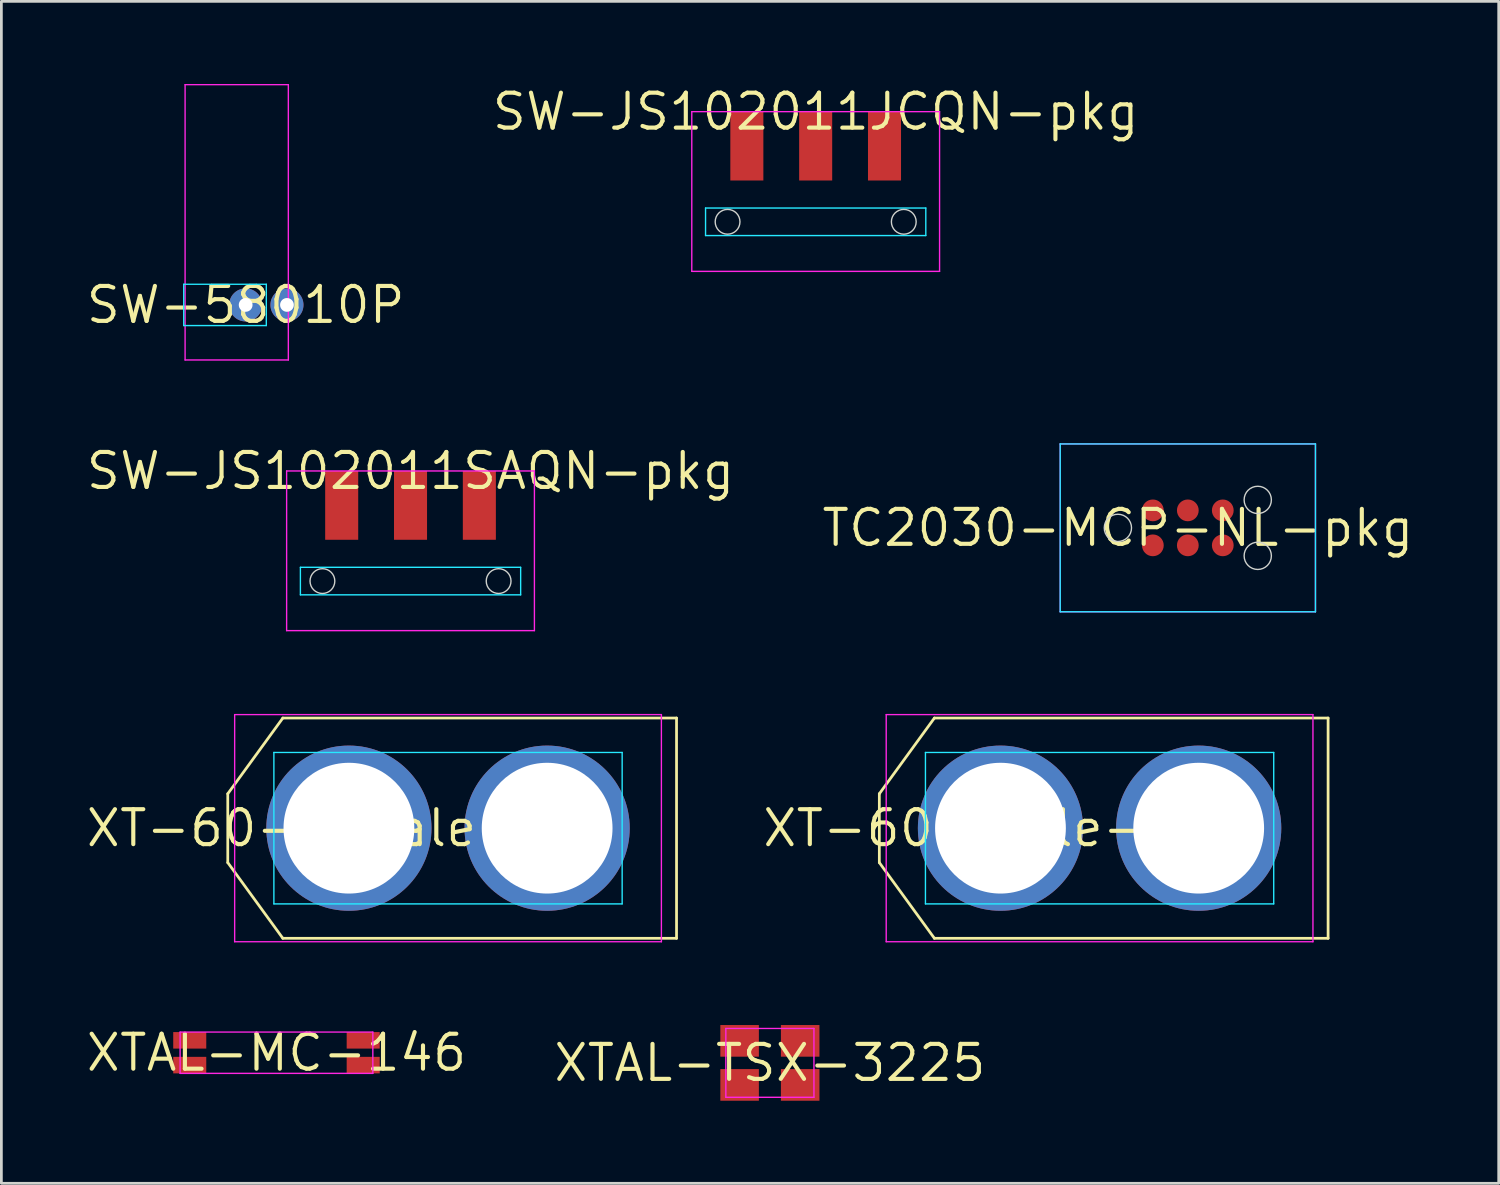
<source format=kicad_pcb>
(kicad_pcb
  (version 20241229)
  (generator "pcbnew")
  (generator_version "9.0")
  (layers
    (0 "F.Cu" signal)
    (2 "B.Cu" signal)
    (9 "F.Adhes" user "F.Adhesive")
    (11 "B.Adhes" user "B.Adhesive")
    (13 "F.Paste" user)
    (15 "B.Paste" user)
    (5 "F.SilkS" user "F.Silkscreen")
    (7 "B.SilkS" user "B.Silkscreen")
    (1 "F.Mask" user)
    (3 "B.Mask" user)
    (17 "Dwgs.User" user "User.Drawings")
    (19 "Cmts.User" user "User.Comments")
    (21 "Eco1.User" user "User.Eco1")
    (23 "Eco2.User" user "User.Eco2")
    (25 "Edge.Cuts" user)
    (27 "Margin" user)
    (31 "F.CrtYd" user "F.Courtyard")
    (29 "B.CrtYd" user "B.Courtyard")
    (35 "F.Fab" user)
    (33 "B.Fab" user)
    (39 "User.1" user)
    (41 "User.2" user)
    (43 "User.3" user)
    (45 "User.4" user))
  (footprint "TC2030-MCP-NL-pkg"
    (layer "F.Cu")
    (at 37.554 16.123)
    (property "Reference" "TC2030-MCP-NL-pkg" (at 0 0 0) (layer "F.SilkS") (effects (font (size 1.27 1.27) (thickness 0.15))))
    (attr through_hole)
    (fp_circle (center 0 0) (end 0.495 0) (stroke (width 0.05) (type solid)) (fill no) (layer "Edge.Cuts"))
    (fp_circle (center 5.08 -1.016) (end 5.575 -1.016) (stroke (width 0.05) (type solid)) (fill no) (layer "Edge.Cuts"))
    (fp_circle (center 5.08 1.016) (end 5.575 1.016) (stroke (width 0.05) (type solid)) (fill no) (layer "Edge.Cuts"))
    (fp_line (start -2.095 -3.048) (end -2.095 3.048) (stroke (width 0.05) (type solid)) (layer "B.CrtYd"))
    (fp_line (start -2.095 3.048) (end 7.176 3.048) (stroke (width 0.05) (type solid)) (layer "B.CrtYd"))
    (fp_line (start 7.176 -3.048) (end -2.095 -3.048) (stroke (width 0.05) (type solid)) (layer "B.CrtYd"))
    (fp_line (start 7.176 3.048) (end 7.176 -3.048) (stroke (width 0.05) (type solid)) (layer "B.CrtYd"))
    (fp_line (start -2.095 -3.048) (end -2.095 3.048) (stroke (width 0.05) (type solid)) (layer "F.CrtYd"))
    (fp_line (start -2.095 3.048) (end 7.176 3.048) (stroke (width 0.05) (type solid)) (layer "F.CrtYd"))
    (fp_line (start 7.176 -3.048) (end -2.095 -3.048) (stroke (width 0.05) (type solid)) (layer "F.CrtYd"))
    (fp_line (start 7.176 3.048) (end 7.176 -3.048) (stroke (width 0.05) (type solid)) (layer "F.CrtYd"))
    (pad "0" smd circle (at 1.27 0.635 90) (size 0.79 0.79) (layers "F.Cu" "F.Mask"))
    (pad "1" smd circle (at 1.27 -0.635 90) (size 0.79 0.79) (layers "F.Cu" "F.Mask"))
    (pad "2" smd circle (at 2.54 0.635 90) (size 0.79 0.79) (layers "F.Cu" "F.Mask"))
    (pad "3" smd circle (at 2.54 -0.635 90) (size 0.79 0.79) (layers "F.Cu" "F.Mask"))
    (pad "4" smd circle (at 3.81 0.635 90) (size 0.79 0.79) (layers "F.Cu" "F.Mask"))
    (pad "5" smd circle (at 3.81 -0.635 90) (size 0.79 0.79) (layers "F.Cu" "F.Mask")))
  (footprint "SW-58010P"
    (layer "F.Cu")
    (at 5.873 8.025)
    (property "Reference" "SW-58010P" (at 0 0 0) (layer "F.SilkS") (effects (font (size 1.27 1.27) (thickness 0.15))))
    (attr through_hole)
    (fp_line (start -2.25 -0.75) (end -2.25 0.75) (stroke (width 0.05) (type solid)) (layer "B.CrtYd"))
    (fp_line (start -2.25 0.75) (end 0.75 0.75) (stroke (width 0.05) (type solid)) (layer "B.CrtYd"))
    (fp_line (start 0.75 -0.75) (end -2.25 -0.75) (stroke (width 0.05) (type solid)) (layer "B.CrtYd"))
    (fp_line (start 0.75 0.75) (end 0.75 -0.75) (stroke (width 0.05) (type solid)) (layer "B.CrtYd"))
    (fp_line (start -2.2 -8) (end -2.2 2) (stroke (width 0.05) (type solid)) (layer "F.CrtYd"))
    (fp_line (start -2.2 2) (end 1.55 2) (stroke (width 0.05) (type solid)) (layer "F.CrtYd"))
    (fp_line (start 1.55 -8) (end -2.2 -8) (stroke (width 0.05) (type solid)) (layer "F.CrtYd"))
    (fp_line (start 1.55 2) (end 1.55 -8) (stroke (width 0.05) (type solid)) (layer "F.CrtYd"))
    (pad "0" thru_hole circle (at 0 0) (size 1.2 1.2) (drill 0.5) (layers "*.Cu" "F.Mask"))
    (pad "1" thru_hole circle (at 1.5 0) (size 1.2 1.2) (drill 0.5) (layers "*.Cu" "F.Mask")))
  (footprint "XT-60-male-pkg"
    (layer "F.Cu")
    (at 33.289 27.031)
    (property "Reference" "XT-60-male-pkg" (at 0 0 0) (layer "F.SilkS") (effects (font (size 1.27 1.27) (thickness 0.15))))
    (attr through_hole)
    (fp_line (start -4.4 -1.25) (end -4.4 1.25) (stroke (width 0.1) (type solid)) (layer "F.SilkS"))
    (fp_line (start -4.4 1.25) (end -2.4 4) (stroke (width 0.1) (type solid)) (layer "F.SilkS"))
    (fp_line (start -2.4 -4) (end -4.4 -1.25) (stroke (width 0.1) (type solid)) (layer "F.SilkS"))
    (fp_line (start -2.4 4) (end 11.9 4) (stroke (width 0.1) (type solid)) (layer "F.SilkS"))
    (fp_line (start 11.9 -4) (end -2.4 -4) (stroke (width 0.1) (type solid)) (layer "F.SilkS"))
    (fp_line (start 11.9 4) (end 11.9 -4) (stroke (width 0.1) (type solid)) (layer "F.SilkS"))
    (fp_line (start -2.725 -2.75) (end -2.725 2.75) (stroke (width 0.05) (type solid)) (layer "B.CrtYd"))
    (fp_line (start -2.725 2.75) (end 9.925 2.75) (stroke (width 0.05) (type solid)) (layer "B.CrtYd"))
    (fp_line (start 9.925 -2.75) (end -2.725 -2.75) (stroke (width 0.05) (type solid)) (layer "B.CrtYd"))
    (fp_line (start 9.925 2.75) (end 9.925 -2.75) (stroke (width 0.05) (type solid)) (layer "B.CrtYd"))
    (fp_line (start -4.15 -4.125) (end -4.15 4.125) (stroke (width 0.05) (type solid)) (layer "F.CrtYd"))
    (fp_line (start -4.15 4.125) (end 11.35 4.125) (stroke (width 0.05) (type solid)) (layer "F.CrtYd"))
    (fp_line (start 11.35 -4.125) (end -4.15 -4.125) (stroke (width 0.05) (type solid)) (layer "F.CrtYd"))
    (fp_line (start 11.35 4.125) (end 11.35 -4.125) (stroke (width 0.05) (type solid)) (layer "F.CrtYd"))
    (pad "0" thru_hole circle (at 0 0) (size 6 6) (drill 4.75) (layers "*.Cu" "F.Mask"))
    (pad "1" thru_hole circle (at 7.2 0) (size 6 6) (drill 4.75) (layers "*.Cu" "F.Mask")))
  (footprint "XTAL-MC-146"
    (layer "F.Cu")
    (at 6.992 35.187)
    (property "Reference" "XTAL-MC-146" (at 0 0 0) (layer "F.SilkS") (effects (font (size 1.27 1.27) (thickness 0.15))))
    (attr through_hole)
    (fp_line (start -3.5 -0.75) (end -3.5 0.75) (stroke (width 0.05) (type solid)) (layer "F.CrtYd"))
    (fp_line (start -3.5 0.75) (end 3.5 0.75) (stroke (width 0.05) (type solid)) (layer "F.CrtYd"))
    (fp_line (start 3.5 -0.75) (end -3.5 -0.75) (stroke (width 0.05) (type solid)) (layer "F.CrtYd"))
    (fp_line (start 3.5 0.75) (end 3.5 -0.75) (stroke (width 0.05) (type solid)) (layer "F.CrtYd"))
    (pad "0" smd rect (at -3.15 -0.45) (size 1.2 0.6) (layers "F.Cu" "F.Mask" "F.Paste"))
    (pad "1" smd rect (at 3.15 -0.45) (size 1.2 0.6) (layers "F.Cu" "F.Mask" "F.Paste"))
    (pad "2" smd rect (at -3.15 0.45) (size 1.2 0.6) (layers "F.Cu" "F.Mask" "F.Paste"))
    (pad "3" smd rect (at 3.15 0.45) (size 1.2 0.6) (layers "F.Cu" "F.Mask" "F.Paste")))
  (footprint "SW-JS102011JCQN-pkg"
    (layer "F.Cu")
    (at 26.577 1.006)
    (property "Reference" "SW-JS102011JCQN-pkg" (at 0 0 0) (layer "F.SilkS") (effects (font (size 1.27 1.27) (thickness 0.15))))
    (attr through_hole)
    (fp_circle (center -3.2 4) (end -2.75 4) (stroke (width 0.05) (type solid)) (fill no) (layer "Edge.Cuts"))
    (fp_circle (center 3.2 4) (end 3.65 4) (stroke (width 0.05) (type solid)) (fill no) (layer "Edge.Cuts"))
    (fp_line (start -4 3.5) (end -4 4.5) (stroke (width 0.05) (type solid)) (layer "B.CrtYd"))
    (fp_line (start -4 4.5) (end 4 4.5) (stroke (width 0.05) (type solid)) (layer "B.CrtYd"))
    (fp_line (start 4 3.5) (end -4 3.5) (stroke (width 0.05) (type solid)) (layer "B.CrtYd"))
    (fp_line (start 4 4.5) (end 4 3.5) (stroke (width 0.05) (type solid)) (layer "B.CrtYd"))
    (fp_line (start -4.5 0) (end -4.5 5.8) (stroke (width 0.05) (type solid)) (layer "F.CrtYd"))
    (fp_line (start -4.5 5.8) (end 4.5 5.8) (stroke (width 0.05) (type solid)) (layer "F.CrtYd"))
    (fp_line (start 4.5 0) (end -4.5 0) (stroke (width 0.05) (type solid)) (layer "F.CrtYd"))
    (fp_line (start 4.5 5.8) (end 4.5 0) (stroke (width 0.05) (type solid)) (layer "F.CrtYd"))
    (pad "0" smd rect (at -2.5 1.25) (size 1.2 2.5) (layers "F.Cu" "F.Mask" "F.Paste"))
    (pad "1" smd rect (at 0 1.25) (size 1.2 2.5) (layers "F.Cu" "F.Mask" "F.Paste"))
    (pad "2" smd rect (at 2.5 1.25) (size 1.2 2.5) (layers "F.Cu" "F.Mask" "F.Paste")))
  (footprint "XTAL-TSX-3225"
    (layer "F.Cu")
    (at 24.914 35.556)
    (property "Reference" "XTAL-TSX-3225" (at 0 0 0) (layer "F.SilkS") (effects (font (size 1.27 1.27) (thickness 0.15))))
    (attr through_hole)
    (fp_line (start -1.6 -1.25) (end -1.6 1.25) (stroke (width 0.05) (type solid)) (layer "F.CrtYd"))
    (fp_line (start -1.6 1.25) (end 1.6 1.25) (stroke (width 0.05) (type solid)) (layer "F.CrtYd"))
    (fp_line (start 1.6 -1.25) (end -1.6 -1.25) (stroke (width 0.05) (type solid)) (layer "F.CrtYd"))
    (fp_line (start 1.6 1.25) (end 1.6 -1.25) (stroke (width 0.05) (type solid)) (layer "F.CrtYd"))
    (pad "0" smd rect (at -1.1 -0.8) (size 1.4 1.15) (layers "F.Cu" "F.Mask" "F.Paste"))
    (pad "1" smd rect (at 1.1 -0.8) (size 1.4 1.15) (layers "F.Cu" "F.Mask" "F.Paste"))
    (pad "2" smd rect (at -1.1 0.8) (size 1.4 1.15) (layers "F.Cu" "F.Mask" "F.Paste"))
    (pad "3" smd rect (at 1.1 0.8) (size 1.4 1.15) (layers "F.Cu" "F.Mask" "F.Paste")))
  (footprint "SW-JS102011SAQN-pkg"
    (layer "F.Cu")
    (at 11.861 14.056)
    (property "Reference" "SW-JS102011SAQN-pkg" (at 0 0 0) (layer "F.SilkS") (effects (font (size 1.27 1.27) (thickness 0.15))))
    (attr through_hole)
    (fp_circle (center -3.2 4) (end -2.75 4) (stroke (width 0.05) (type solid)) (fill no) (layer "Edge.Cuts"))
    (fp_circle (center 3.2 4) (end 3.65 4) (stroke (width 0.05) (type solid)) (fill no) (layer "Edge.Cuts"))
    (fp_line (start -4 3.5) (end -4 4.5) (stroke (width 0.05) (type solid)) (layer "B.CrtYd"))
    (fp_line (start -4 4.5) (end 4 4.5) (stroke (width 0.05) (type solid)) (layer "B.CrtYd"))
    (fp_line (start 4 3.5) (end -4 3.5) (stroke (width 0.05) (type solid)) (layer "B.CrtYd"))
    (fp_line (start 4 4.5) (end 4 3.5) (stroke (width 0.05) (type solid)) (layer "B.CrtYd"))
    (fp_line (start -4.5 0) (end -4.5 5.8) (stroke (width 0.05) (type solid)) (layer "F.CrtYd"))
    (fp_line (start -4.5 5.8) (end 4.5 5.8) (stroke (width 0.05) (type solid)) (layer "F.CrtYd"))
    (fp_line (start 4.5 0) (end -4.5 0) (stroke (width 0.05) (type solid)) (layer "F.CrtYd"))
    (fp_line (start 4.5 5.8) (end 4.5 0) (stroke (width 0.05) (type solid)) (layer "F.CrtYd"))
    (pad "0" smd rect (at -2.5 1.25) (size 1.2 2.5) (layers "F.Cu" "F.Mask" "F.Paste"))
    (pad "1" smd rect (at 0 1.25) (size 1.2 2.5) (layers "F.Cu" "F.Mask" "F.Paste"))
    (pad "2" smd rect (at 2.5 1.25) (size 1.2 2.5) (layers "F.Cu" "F.Mask" "F.Paste")))
  (footprint "XT-60-female-pkg"
    (layer "F.Cu")
    (at 9.623 27.031)
    (property "Reference" "XT-60-female-pkg" (at 0 0 0) (layer "F.SilkS") (effects (font (size 1.27 1.27) (thickness 0.15))))
    (attr through_hole)
    (fp_line (start -4.4 -1.25) (end -4.4 1.25) (stroke (width 0.1) (type solid)) (layer "F.SilkS"))
    (fp_line (start -4.4 1.25) (end -2.4 4) (stroke (width 0.1) (type solid)) (layer "F.SilkS"))
    (fp_line (start -2.4 -4) (end -4.4 -1.25) (stroke (width 0.1) (type solid)) (layer "F.SilkS"))
    (fp_line (start -2.4 4) (end 11.9 4) (stroke (width 0.1) (type solid)) (layer "F.SilkS"))
    (fp_line (start 11.9 -4) (end -2.4 -4) (stroke (width 0.1) (type solid)) (layer "F.SilkS"))
    (fp_line (start 11.9 4) (end 11.9 -4) (stroke (width 0.1) (type solid)) (layer "F.SilkS"))
    (fp_line (start -2.725 -2.75) (end -2.725 2.75) (stroke (width 0.05) (type solid)) (layer "B.CrtYd"))
    (fp_line (start -2.725 2.75) (end 9.925 2.75) (stroke (width 0.05) (type solid)) (layer "B.CrtYd"))
    (fp_line (start 9.925 -2.75) (end -2.725 -2.75) (stroke (width 0.05) (type solid)) (layer "B.CrtYd"))
    (fp_line (start 9.925 2.75) (end 9.925 -2.75) (stroke (width 0.05) (type solid)) (layer "B.CrtYd"))
    (fp_line (start -4.15 -4.125) (end -4.15 4.125) (stroke (width 0.05) (type solid)) (layer "F.CrtYd"))
    (fp_line (start -4.15 4.125) (end 11.35 4.125) (stroke (width 0.05) (type solid)) (layer "F.CrtYd"))
    (fp_line (start 11.35 -4.125) (end -4.15 -4.125) (stroke (width 0.05) (type solid)) (layer "F.CrtYd"))
    (fp_line (start 11.35 4.125) (end 11.35 -4.125) (stroke (width 0.05) (type solid)) (layer "F.CrtYd"))
    (pad "0" thru_hole circle (at 0 0) (size 6 6) (drill 4.75) (layers "*.Cu" "F.Mask"))
    (pad "1" thru_hole circle (at 7.2 0) (size 6 6) (drill 4.75) (layers "*.Cu" "F.Mask")))
  (gr_rect
    (start -3 -3)
    (end 51.386 39.931)
    (stroke (width 0.1) (type default))
    (fill no)
    (layer "Edge.Cuts")))
</source>
